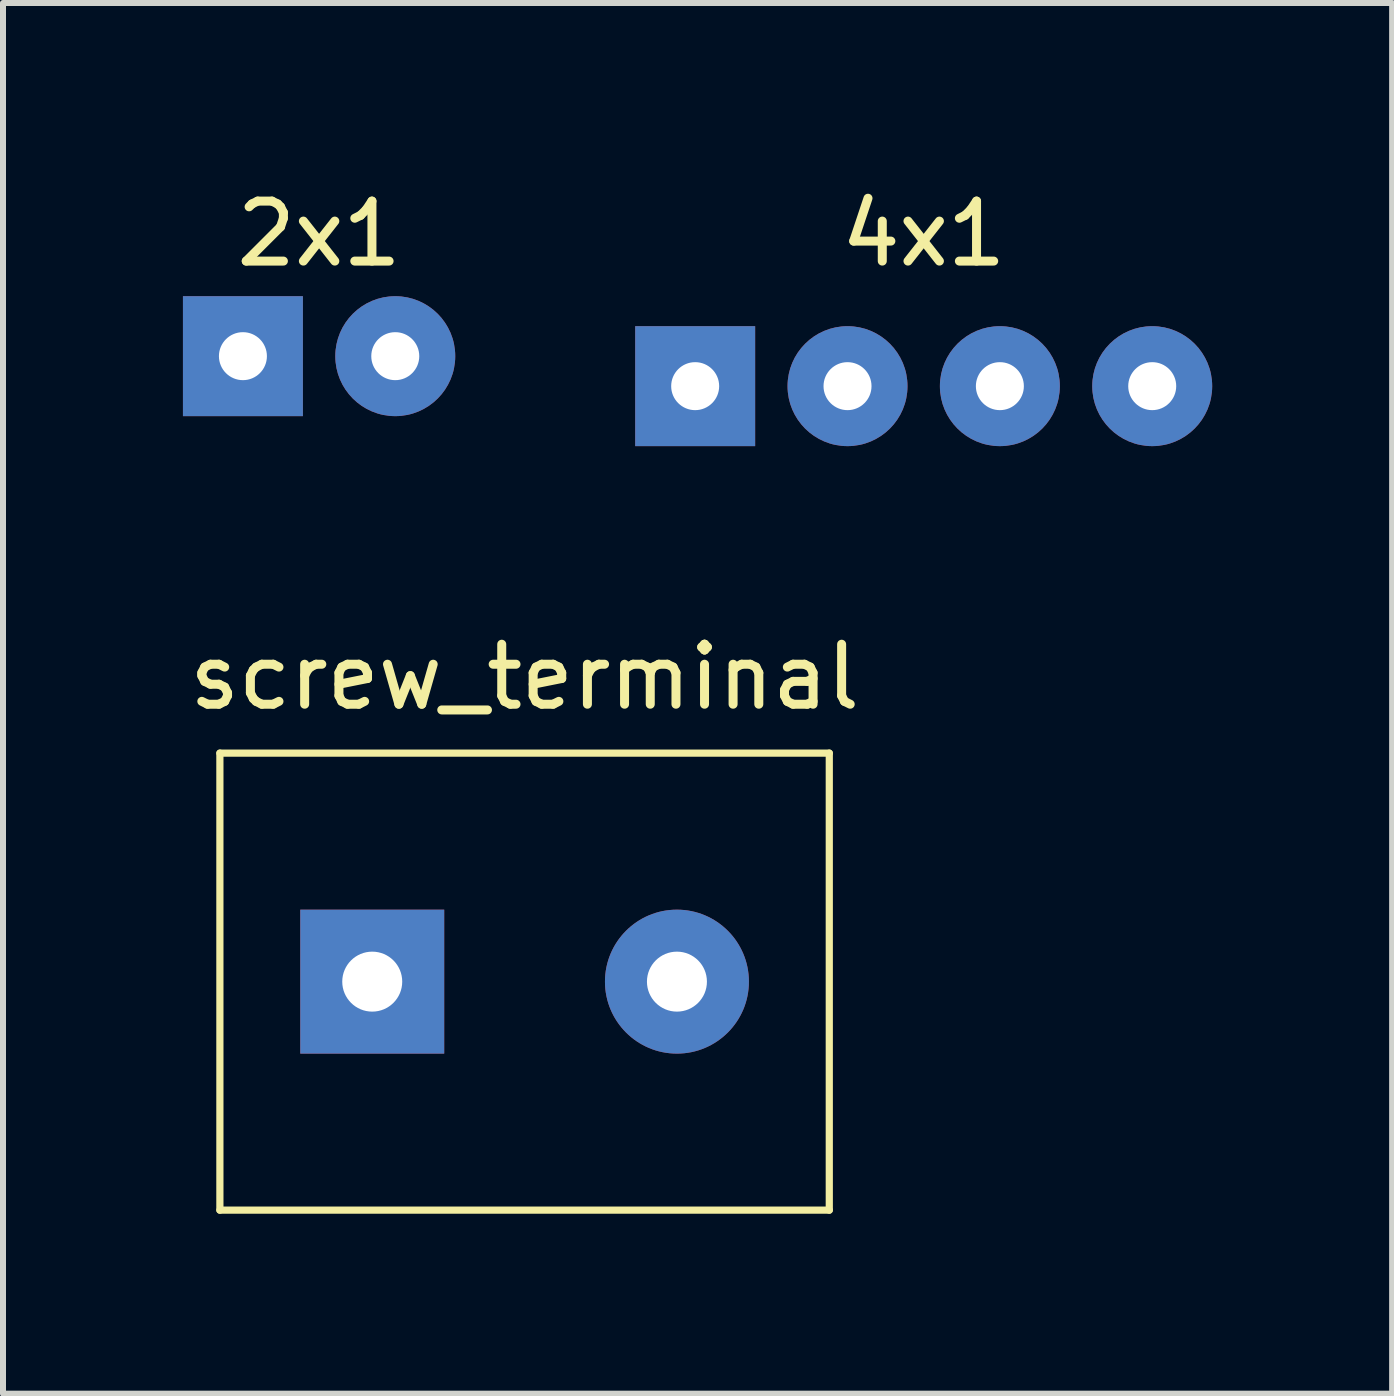
<source format=kicad_pcb>
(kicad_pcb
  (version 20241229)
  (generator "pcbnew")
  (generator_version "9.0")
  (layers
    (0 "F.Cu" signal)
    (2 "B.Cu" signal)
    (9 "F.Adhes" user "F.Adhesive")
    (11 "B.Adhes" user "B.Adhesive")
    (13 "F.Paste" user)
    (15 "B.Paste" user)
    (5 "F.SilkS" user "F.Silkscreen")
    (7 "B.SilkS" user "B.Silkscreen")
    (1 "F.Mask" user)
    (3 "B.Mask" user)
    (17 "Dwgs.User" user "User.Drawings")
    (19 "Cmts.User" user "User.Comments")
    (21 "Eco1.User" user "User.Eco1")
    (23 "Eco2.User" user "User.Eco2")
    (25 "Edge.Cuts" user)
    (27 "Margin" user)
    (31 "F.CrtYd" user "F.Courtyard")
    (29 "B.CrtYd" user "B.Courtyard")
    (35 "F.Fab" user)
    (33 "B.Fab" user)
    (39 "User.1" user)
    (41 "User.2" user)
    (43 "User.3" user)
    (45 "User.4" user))
  (footprint "screw_terminal"
    (layer "F.Cu")
    (at 5.696 13.316)
    (property "Reference" "screw_terminal" (at 0 -5.08 0) (layer "F.SilkS") (effects (font (size 1 1) (thickness 0.15))))
    (attr through_hole)
    (fp_line (start -5.08 -3.81) (end -5.08 3.81) (stroke (width 0.12) (type solid)) (layer "F.SilkS"))
    (fp_line (start -5.08 3.81) (end 5.08 3.81) (stroke (width 0.12) (type solid)) (layer "F.SilkS"))
    (fp_line (start 5.08 -3.81) (end -5.08 -3.81) (stroke (width 0.12) (type solid)) (layer "F.SilkS"))
    (fp_line (start 5.08 3.81) (end 5.08 -3.81) (stroke (width 0.12) (type solid)) (layer "F.SilkS"))
    (pad "1" thru_hole rect (at -2.54 0) (size 2.4 2.4) (drill 1) (layers "*.Cu" "*.Mask"))
    (pad "2" thru_hole circle (at 2.54 0) (size 2.4 2.4) (drill 1) (layers "*.Cu" "*.Mask")))
  (footprint "2x1"
    (layer "F.Cu")
    (at 2.27 2.888)
    (property "Reference" "2x1" (at 0 -2.04 0) (layer "F.SilkS") (effects (font (size 1 1) (thickness 0.15))))
    (attr through_hole)
    (pad "1" thru_hole rect (at -1.27 0) (size 2 2) (drill 0.8) (layers "*.Cu" "*.Mask"))
    (pad "2" thru_hole circle (at 1.27 0) (size 2 2) (drill 0.8) (layers "*.Cu" "*.Mask")))
  (footprint "4x1"
    (layer "F.Cu")
    (at 12.35 3.388)
    (property "Reference" "4x1" (at 0 -2.54 0) (layer "F.SilkS") (effects (font (size 1 1) (thickness 0.15))))
    (attr through_hole)
    (pad "1" thru_hole rect (at -3.81 0) (size 2 2) (drill 0.8) (layers "*.Cu" "*.Mask"))
    (pad "2" thru_hole circle (at -1.27 0) (size 2 2) (drill 0.8) (layers "*.Cu" "*.Mask"))
    (pad "3" thru_hole circle (at 1.27 0) (size 2 2) (drill 0.8) (layers "*.Cu" "*.Mask"))
    (pad "4" thru_hole circle (at 3.81 0) (size 2 2) (drill 0.8) (layers "*.Cu" "*.Mask")))
  (gr_rect
    (start -3 -3)
    (end 20.16 20.186)
    (stroke (width 0.1) (type default))
    (fill no)
    (layer "Edge.Cuts")))
</source>
